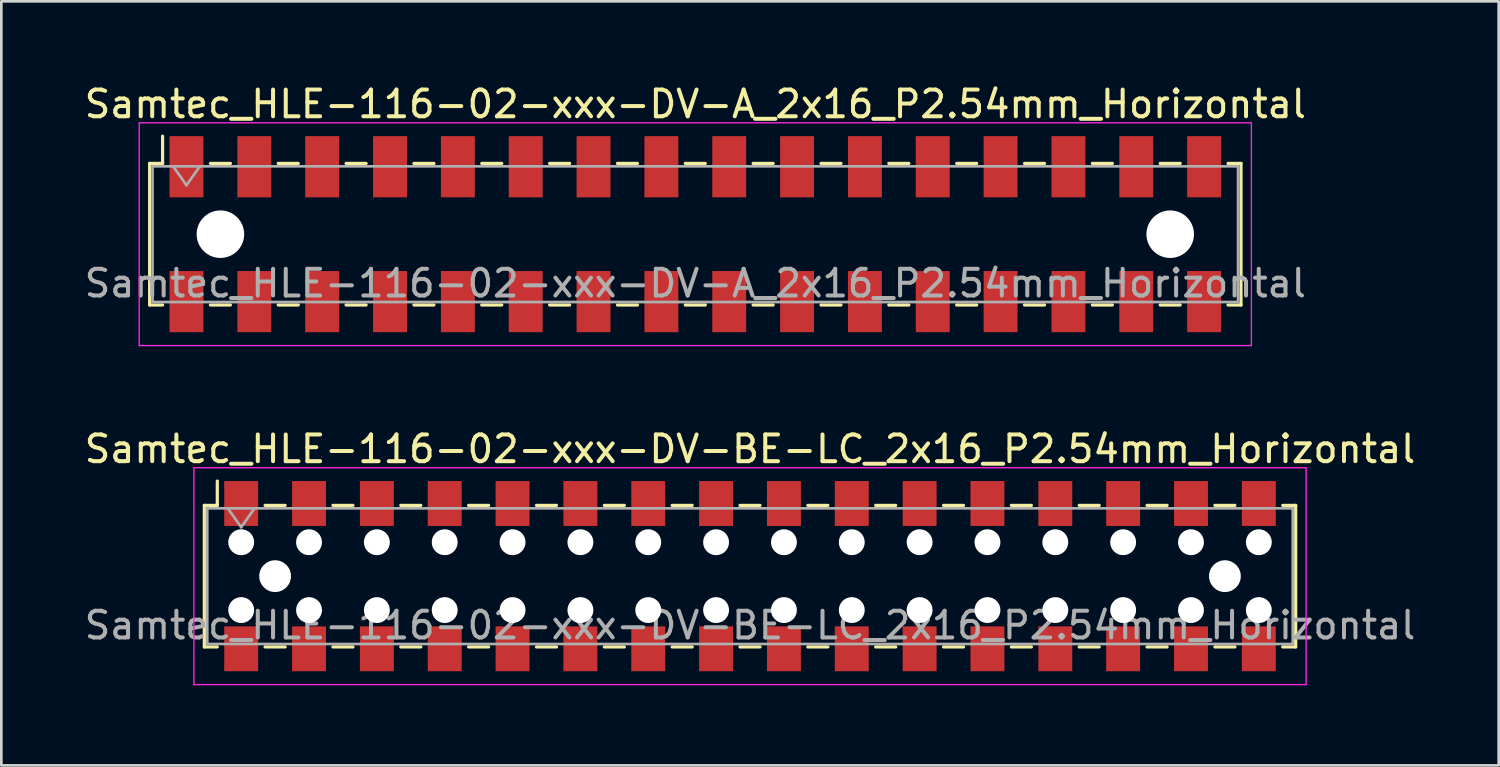
<source format=kicad_pcb>
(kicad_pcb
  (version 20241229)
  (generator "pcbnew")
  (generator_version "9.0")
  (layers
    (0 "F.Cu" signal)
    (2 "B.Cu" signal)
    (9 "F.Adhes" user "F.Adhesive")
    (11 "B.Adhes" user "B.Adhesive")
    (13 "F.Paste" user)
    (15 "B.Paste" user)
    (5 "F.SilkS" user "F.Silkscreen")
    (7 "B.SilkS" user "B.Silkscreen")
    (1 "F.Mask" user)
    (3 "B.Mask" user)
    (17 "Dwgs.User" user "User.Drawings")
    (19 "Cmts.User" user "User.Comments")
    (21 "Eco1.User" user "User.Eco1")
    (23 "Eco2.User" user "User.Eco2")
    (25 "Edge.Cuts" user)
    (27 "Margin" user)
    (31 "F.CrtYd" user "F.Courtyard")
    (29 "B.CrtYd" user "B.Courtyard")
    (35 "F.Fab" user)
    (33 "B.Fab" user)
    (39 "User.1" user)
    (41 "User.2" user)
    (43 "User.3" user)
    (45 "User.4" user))
  (footprint "Samtec_HLE-116-02-xxx-DV-BE-LC_2x16_P2.54mm_Horizontal"
    (layer "F.Cu")
    (at 25.03 18.521)
    (property "Reference" "Samtec_HLE-116-02-xxx-DV-BE-LC_2x16_P2.54mm_Horizontal" (at 0 -4.76 0) (layer "F.SilkS") (effects (font (size 1 1) (thickness 0.15))))
    (attr smd)
    (fp_line (start -20.43 -2.65) (end -20.43 2.65) (stroke (width 0.12) (type solid)) (layer "F.SilkS"))
    (fp_line (start -20.43 2.65) (end -19.945 2.65) (stroke (width 0.12) (type solid)) (layer "F.SilkS"))
    (fp_line (start -19.945 -3.56) (end -19.945 -2.65) (stroke (width 0.12) (type solid)) (layer "F.SilkS"))
    (fp_line (start -19.945 -2.65) (end -20.43 -2.65) (stroke (width 0.12) (type solid)) (layer "F.SilkS"))
    (fp_line (start -18.155 -2.65) (end -17.405 -2.65) (stroke (width 0.12) (type solid)) (layer "F.SilkS"))
    (fp_line (start -18.155 2.65) (end -17.405 2.65) (stroke (width 0.12) (type solid)) (layer "F.SilkS"))
    (fp_line (start -15.615 -2.65) (end -14.865 -2.65) (stroke (width 0.12) (type solid)) (layer "F.SilkS"))
    (fp_line (start -15.615 2.65) (end -14.865 2.65) (stroke (width 0.12) (type solid)) (layer "F.SilkS"))
    (fp_line (start -13.075 -2.65) (end -12.325 -2.65) (stroke (width 0.12) (type solid)) (layer "F.SilkS"))
    (fp_line (start -13.075 2.65) (end -12.325 2.65) (stroke (width 0.12) (type solid)) (layer "F.SilkS"))
    (fp_line (start -10.535 -2.65) (end -9.785 -2.65) (stroke (width 0.12) (type solid)) (layer "F.SilkS"))
    (fp_line (start -10.535 2.65) (end -9.785 2.65) (stroke (width 0.12) (type solid)) (layer "F.SilkS"))
    (fp_line (start -7.995 -2.65) (end -7.245 -2.65) (stroke (width 0.12) (type solid)) (layer "F.SilkS"))
    (fp_line (start -7.995 2.65) (end -7.245 2.65) (stroke (width 0.12) (type solid)) (layer "F.SilkS"))
    (fp_line (start -5.455 -2.65) (end -4.705 -2.65) (stroke (width 0.12) (type solid)) (layer "F.SilkS"))
    (fp_line (start -5.455 2.65) (end -4.705 2.65) (stroke (width 0.12) (type solid)) (layer "F.SilkS"))
    (fp_line (start -2.915 -2.65) (end -2.165 -2.65) (stroke (width 0.12) (type solid)) (layer "F.SilkS"))
    (fp_line (start -2.915 2.65) (end -2.165 2.65) (stroke (width 0.12) (type solid)) (layer "F.SilkS"))
    (fp_line (start -0.375 -2.65) (end 0.375 -2.65) (stroke (width 0.12) (type solid)) (layer "F.SilkS"))
    (fp_line (start -0.375 2.65) (end 0.375 2.65) (stroke (width 0.12) (type solid)) (layer "F.SilkS"))
    (fp_line (start 2.165 -2.65) (end 2.915 -2.65) (stroke (width 0.12) (type solid)) (layer "F.SilkS"))
    (fp_line (start 2.165 2.65) (end 2.915 2.65) (stroke (width 0.12) (type solid)) (layer "F.SilkS"))
    (fp_line (start 4.705 -2.65) (end 5.455 -2.65) (stroke (width 0.12) (type solid)) (layer "F.SilkS"))
    (fp_line (start 4.705 2.65) (end 5.455 2.65) (stroke (width 0.12) (type solid)) (layer "F.SilkS"))
    (fp_line (start 7.245 -2.65) (end 7.995 -2.65) (stroke (width 0.12) (type solid)) (layer "F.SilkS"))
    (fp_line (start 7.245 2.65) (end 7.995 2.65) (stroke (width 0.12) (type solid)) (layer "F.SilkS"))
    (fp_line (start 9.785 -2.65) (end 10.535 -2.65) (stroke (width 0.12) (type solid)) (layer "F.SilkS"))
    (fp_line (start 9.785 2.65) (end 10.535 2.65) (stroke (width 0.12) (type solid)) (layer "F.SilkS"))
    (fp_line (start 12.325 -2.65) (end 13.075 -2.65) (stroke (width 0.12) (type solid)) (layer "F.SilkS"))
    (fp_line (start 12.325 2.65) (end 13.075 2.65) (stroke (width 0.12) (type solid)) (layer "F.SilkS"))
    (fp_line (start 14.865 -2.65) (end 15.615 -2.65) (stroke (width 0.12) (type solid)) (layer "F.SilkS"))
    (fp_line (start 14.865 2.65) (end 15.615 2.65) (stroke (width 0.12) (type solid)) (layer "F.SilkS"))
    (fp_line (start 17.405 -2.65) (end 18.155 -2.65) (stroke (width 0.12) (type solid)) (layer "F.SilkS"))
    (fp_line (start 17.405 2.65) (end 18.155 2.65) (stroke (width 0.12) (type solid)) (layer "F.SilkS"))
    (fp_line (start 19.945 -2.65) (end 20.43 -2.65) (stroke (width 0.12) (type solid)) (layer "F.SilkS"))
    (fp_line (start 20.43 -2.65) (end 20.43 2.65) (stroke (width 0.12) (type solid)) (layer "F.SilkS"))
    (fp_line (start 20.43 2.65) (end 19.945 2.65) (stroke (width 0.12) (type solid)) (layer "F.SilkS"))
    (fp_line (start -20.82 -4.06) (end 20.82 -4.06) (stroke (width 0.05) (type solid)) (layer "F.CrtYd"))
    (fp_line (start -20.82 4.06) (end -20.82 -4.06) (stroke (width 0.05) (type solid)) (layer "F.CrtYd"))
    (fp_line (start 20.82 -4.06) (end 20.82 4.06) (stroke (width 0.05) (type solid)) (layer "F.CrtYd"))
    (fp_line (start 20.82 4.06) (end -20.82 4.06) (stroke (width 0.05) (type solid)) (layer "F.CrtYd"))
    (fp_line (start -20.32 -2.54) (end 20.32 -2.54) (stroke (width 0.1) (type solid)) (layer "F.Fab"))
    (fp_line (start -20.32 2.54) (end -20.32 -2.54) (stroke (width 0.1) (type solid)) (layer "F.Fab"))
    (fp_line (start -19.55 -2.54) (end -19.05 -1.833) (stroke (width 0.1) (type solid)) (layer "F.Fab"))
    (fp_line (start -19.05 -1.833) (end -18.55 -2.54) (stroke (width 0.1) (type solid)) (layer "F.Fab"))
    (fp_line (start 20.32 -2.54) (end 20.32 2.54) (stroke (width 0.1) (type solid)) (layer "F.Fab"))
    (fp_line (start 20.32 2.54) (end -20.32 2.54) (stroke (width 0.1) (type solid)) (layer "F.Fab"))
    (fp_text user "${REFERENCE}" (at 0 1.84 0) (layer "F.Fab") (effects (font (size 1 1) (thickness 0.15))))
    (pad "" np_thru_hole circle (at -19.05 -1.27) (size 0.97 0.97) (drill 0.97) (layers "*.Cu" "*.Mask"))
    (pad "" np_thru_hole circle (at -19.05 1.27) (size 0.97 0.97) (drill 0.97) (layers "*.Cu" "*.Mask"))
    (pad "" np_thru_hole circle (at -17.78 0) (size 1.19 1.19) (drill 1.19) (layers "*.Cu" "*.Mask"))
    (pad "" np_thru_hole circle (at -16.51 -1.27) (size 0.97 0.97) (drill 0.97) (layers "*.Cu" "*.Mask"))
    (pad "" np_thru_hole circle (at -16.51 1.27) (size 0.97 0.97) (drill 0.97) (layers "*.Cu" "*.Mask"))
    (pad "" np_thru_hole circle (at -13.97 -1.27) (size 0.97 0.97) (drill 0.97) (layers "*.Cu" "*.Mask"))
    (pad "" np_thru_hole circle (at -13.97 1.27) (size 0.97 0.97) (drill 0.97) (layers "*.Cu" "*.Mask"))
    (pad "" np_thru_hole circle (at -11.43 -1.27) (size 0.97 0.97) (drill 0.97) (layers "*.Cu" "*.Mask"))
    (pad "" np_thru_hole circle (at -11.43 1.27) (size 0.97 0.97) (drill 0.97) (layers "*.Cu" "*.Mask"))
    (pad "" np_thru_hole circle (at -8.89 -1.27) (size 0.97 0.97) (drill 0.97) (layers "*.Cu" "*.Mask"))
    (pad "" np_thru_hole circle (at -8.89 1.27) (size 0.97 0.97) (drill 0.97) (layers "*.Cu" "*.Mask"))
    (pad "" np_thru_hole circle (at -6.35 -1.27) (size 0.97 0.97) (drill 0.97) (layers "*.Cu" "*.Mask"))
    (pad "" np_thru_hole circle (at -6.35 1.27) (size 0.97 0.97) (drill 0.97) (layers "*.Cu" "*.Mask"))
    (pad "" np_thru_hole circle (at -3.81 -1.27) (size 0.97 0.97) (drill 0.97) (layers "*.Cu" "*.Mask"))
    (pad "" np_thru_hole circle (at -3.81 1.27) (size 0.97 0.97) (drill 0.97) (layers "*.Cu" "*.Mask"))
    (pad "" np_thru_hole circle (at -1.27 -1.27) (size 0.97 0.97) (drill 0.97) (layers "*.Cu" "*.Mask"))
    (pad "" np_thru_hole circle (at -1.27 1.27) (size 0.97 0.97) (drill 0.97) (layers "*.Cu" "*.Mask"))
    (pad "" np_thru_hole circle (at 1.27 -1.27) (size 0.97 0.97) (drill 0.97) (layers "*.Cu" "*.Mask"))
    (pad "" np_thru_hole circle (at 1.27 1.27) (size 0.97 0.97) (drill 0.97) (layers "*.Cu" "*.Mask"))
    (pad "" np_thru_hole circle (at 3.81 -1.27) (size 0.97 0.97) (drill 0.97) (layers "*.Cu" "*.Mask"))
    (pad "" np_thru_hole circle (at 3.81 1.27) (size 0.97 0.97) (drill 0.97) (layers "*.Cu" "*.Mask"))
    (pad "" np_thru_hole circle (at 6.35 -1.27) (size 0.97 0.97) (drill 0.97) (layers "*.Cu" "*.Mask"))
    (pad "" np_thru_hole circle (at 6.35 1.27) (size 0.97 0.97) (drill 0.97) (layers "*.Cu" "*.Mask"))
    (pad "" np_thru_hole circle (at 8.89 -1.27) (size 0.97 0.97) (drill 0.97) (layers "*.Cu" "*.Mask"))
    (pad "" np_thru_hole circle (at 8.89 1.27) (size 0.97 0.97) (drill 0.97) (layers "*.Cu" "*.Mask"))
    (pad "" np_thru_hole circle (at 11.43 -1.27) (size 0.97 0.97) (drill 0.97) (layers "*.Cu" "*.Mask"))
    (pad "" np_thru_hole circle (at 11.43 1.27) (size 0.97 0.97) (drill 0.97) (layers "*.Cu" "*.Mask"))
    (pad "" np_thru_hole circle (at 13.97 -1.27) (size 0.97 0.97) (drill 0.97) (layers "*.Cu" "*.Mask"))
    (pad "" np_thru_hole circle (at 13.97 1.27) (size 0.97 0.97) (drill 0.97) (layers "*.Cu" "*.Mask"))
    (pad "" np_thru_hole circle (at 16.51 -1.27) (size 0.97 0.97) (drill 0.97) (layers "*.Cu" "*.Mask"))
    (pad "" np_thru_hole circle (at 16.51 1.27) (size 0.97 0.97) (drill 0.97) (layers "*.Cu" "*.Mask"))
    (pad "" np_thru_hole circle (at 17.78 0) (size 1.19 1.19) (drill 1.19) (layers "*.Cu" "*.Mask"))
    (pad "" np_thru_hole circle (at 19.05 -1.27) (size 0.97 0.97) (drill 0.97) (layers "*.Cu" "*.Mask"))
    (pad "" np_thru_hole circle (at 19.05 1.27) (size 0.97 0.97) (drill 0.97) (layers "*.Cu" "*.Mask"))
    (pad "1" smd rect (at -19.05 -2.72) (size 1.27 1.68) (layers "F.Cu" "F.Mask" "F.Paste"))
    (pad "2" smd rect (at -19.05 2.72) (size 1.27 1.68) (layers "F.Cu" "F.Mask" "F.Paste"))
    (pad "3" smd rect (at -16.51 -2.72) (size 1.27 1.68) (layers "F.Cu" "F.Mask" "F.Paste"))
    (pad "4" smd rect (at -16.51 2.72) (size 1.27 1.68) (layers "F.Cu" "F.Mask" "F.Paste"))
    (pad "5" smd rect (at -13.97 -2.72) (size 1.27 1.68) (layers "F.Cu" "F.Mask" "F.Paste"))
    (pad "6" smd rect (at -13.97 2.72) (size 1.27 1.68) (layers "F.Cu" "F.Mask" "F.Paste"))
    (pad "7" smd rect (at -11.43 -2.72) (size 1.27 1.68) (layers "F.Cu" "F.Mask" "F.Paste"))
    (pad "8" smd rect (at -11.43 2.72) (size 1.27 1.68) (layers "F.Cu" "F.Mask" "F.Paste"))
    (pad "9" smd rect (at -8.89 -2.72) (size 1.27 1.68) (layers "F.Cu" "F.Mask" "F.Paste"))
    (pad "10" smd rect (at -8.89 2.72) (size 1.27 1.68) (layers "F.Cu" "F.Mask" "F.Paste"))
    (pad "11" smd rect (at -6.35 -2.72) (size 1.27 1.68) (layers "F.Cu" "F.Mask" "F.Paste"))
    (pad "12" smd rect (at -6.35 2.72) (size 1.27 1.68) (layers "F.Cu" "F.Mask" "F.Paste"))
    (pad "13" smd rect (at -3.81 -2.72) (size 1.27 1.68) (layers "F.Cu" "F.Mask" "F.Paste"))
    (pad "14" smd rect (at -3.81 2.72) (size 1.27 1.68) (layers "F.Cu" "F.Mask" "F.Paste"))
    (pad "15" smd rect (at -1.27 -2.72) (size 1.27 1.68) (layers "F.Cu" "F.Mask" "F.Paste"))
    (pad "16" smd rect (at -1.27 2.72) (size 1.27 1.68) (layers "F.Cu" "F.Mask" "F.Paste"))
    (pad "17" smd rect (at 1.27 -2.72) (size 1.27 1.68) (layers "F.Cu" "F.Mask" "F.Paste"))
    (pad "18" smd rect (at 1.27 2.72) (size 1.27 1.68) (layers "F.Cu" "F.Mask" "F.Paste"))
    (pad "19" smd rect (at 3.81 -2.72) (size 1.27 1.68) (layers "F.Cu" "F.Mask" "F.Paste"))
    (pad "20" smd rect (at 3.81 2.72) (size 1.27 1.68) (layers "F.Cu" "F.Mask" "F.Paste"))
    (pad "21" smd rect (at 6.35 -2.72) (size 1.27 1.68) (layers "F.Cu" "F.Mask" "F.Paste"))
    (pad "22" smd rect (at 6.35 2.72) (size 1.27 1.68) (layers "F.Cu" "F.Mask" "F.Paste"))
    (pad "23" smd rect (at 8.89 -2.72) (size 1.27 1.68) (layers "F.Cu" "F.Mask" "F.Paste"))
    (pad "24" smd rect (at 8.89 2.72) (size 1.27 1.68) (layers "F.Cu" "F.Mask" "F.Paste"))
    (pad "25" smd rect (at 11.43 -2.72) (size 1.27 1.68) (layers "F.Cu" "F.Mask" "F.Paste"))
    (pad "26" smd rect (at 11.43 2.72) (size 1.27 1.68) (layers "F.Cu" "F.Mask" "F.Paste"))
    (pad "27" smd rect (at 13.97 -2.72) (size 1.27 1.68) (layers "F.Cu" "F.Mask" "F.Paste"))
    (pad "28" smd rect (at 13.97 2.72) (size 1.27 1.68) (layers "F.Cu" "F.Mask" "F.Paste"))
    (pad "29" smd rect (at 16.51 -2.72) (size 1.27 1.68) (layers "F.Cu" "F.Mask" "F.Paste"))
    (pad "30" smd rect (at 16.51 2.72) (size 1.27 1.68) (layers "F.Cu" "F.Mask" "F.Paste"))
    (pad "31" smd rect (at 19.05 -2.72) (size 1.27 1.68) (layers "F.Cu" "F.Mask" "F.Paste"))
    (pad "32" smd rect (at 19.05 2.72) (size 1.27 1.68) (layers "F.Cu" "F.Mask" "F.Paste")))
  (footprint "Samtec_HLE-116-02-xxx-DV-A_2x16_P2.54mm_Horizontal"
    (layer "F.Cu")
    (at 22.982 5.718)
    (property "Reference" "Samtec_HLE-116-02-xxx-DV-A_2x16_P2.54mm_Horizontal" (at 0 -4.87 0) (layer "F.SilkS") (effects (font (size 1 1) (thickness 0.15))))
    (attr smd)
    (fp_line (start -20.43 -2.65) (end -20.43 2.65) (stroke (width 0.12) (type solid)) (layer "F.SilkS"))
    (fp_line (start -20.43 2.65) (end -19.945 2.65) (stroke (width 0.12) (type solid)) (layer "F.SilkS"))
    (fp_line (start -19.945 -3.67) (end -19.945 -2.65) (stroke (width 0.12) (type solid)) (layer "F.SilkS"))
    (fp_line (start -19.945 -2.65) (end -20.43 -2.65) (stroke (width 0.12) (type solid)) (layer "F.SilkS"))
    (fp_line (start -18.155 -2.65) (end -17.405 -2.65) (stroke (width 0.12) (type solid)) (layer "F.SilkS"))
    (fp_line (start -18.155 2.65) (end -17.405 2.65) (stroke (width 0.12) (type solid)) (layer "F.SilkS"))
    (fp_line (start -15.615 -2.65) (end -14.865 -2.65) (stroke (width 0.12) (type solid)) (layer "F.SilkS"))
    (fp_line (start -15.615 2.65) (end -14.865 2.65) (stroke (width 0.12) (type solid)) (layer "F.SilkS"))
    (fp_line (start -13.075 -2.65) (end -12.325 -2.65) (stroke (width 0.12) (type solid)) (layer "F.SilkS"))
    (fp_line (start -13.075 2.65) (end -12.325 2.65) (stroke (width 0.12) (type solid)) (layer "F.SilkS"))
    (fp_line (start -10.535 -2.65) (end -9.785 -2.65) (stroke (width 0.12) (type solid)) (layer "F.SilkS"))
    (fp_line (start -10.535 2.65) (end -9.785 2.65) (stroke (width 0.12) (type solid)) (layer "F.SilkS"))
    (fp_line (start -7.995 -2.65) (end -7.245 -2.65) (stroke (width 0.12) (type solid)) (layer "F.SilkS"))
    (fp_line (start -7.995 2.65) (end -7.245 2.65) (stroke (width 0.12) (type solid)) (layer "F.SilkS"))
    (fp_line (start -5.455 -2.65) (end -4.705 -2.65) (stroke (width 0.12) (type solid)) (layer "F.SilkS"))
    (fp_line (start -5.455 2.65) (end -4.705 2.65) (stroke (width 0.12) (type solid)) (layer "F.SilkS"))
    (fp_line (start -2.915 -2.65) (end -2.165 -2.65) (stroke (width 0.12) (type solid)) (layer "F.SilkS"))
    (fp_line (start -2.915 2.65) (end -2.165 2.65) (stroke (width 0.12) (type solid)) (layer "F.SilkS"))
    (fp_line (start -0.375 -2.65) (end 0.375 -2.65) (stroke (width 0.12) (type solid)) (layer "F.SilkS"))
    (fp_line (start -0.375 2.65) (end 0.375 2.65) (stroke (width 0.12) (type solid)) (layer "F.SilkS"))
    (fp_line (start 2.165 -2.65) (end 2.915 -2.65) (stroke (width 0.12) (type solid)) (layer "F.SilkS"))
    (fp_line (start 2.165 2.65) (end 2.915 2.65) (stroke (width 0.12) (type solid)) (layer "F.SilkS"))
    (fp_line (start 4.705 -2.65) (end 5.455 -2.65) (stroke (width 0.12) (type solid)) (layer "F.SilkS"))
    (fp_line (start 4.705 2.65) (end 5.455 2.65) (stroke (width 0.12) (type solid)) (layer "F.SilkS"))
    (fp_line (start 7.245 -2.65) (end 7.995 -2.65) (stroke (width 0.12) (type solid)) (layer "F.SilkS"))
    (fp_line (start 7.245 2.65) (end 7.995 2.65) (stroke (width 0.12) (type solid)) (layer "F.SilkS"))
    (fp_line (start 9.785 -2.65) (end 10.535 -2.65) (stroke (width 0.12) (type solid)) (layer "F.SilkS"))
    (fp_line (start 9.785 2.65) (end 10.535 2.65) (stroke (width 0.12) (type solid)) (layer "F.SilkS"))
    (fp_line (start 12.325 -2.65) (end 13.075 -2.65) (stroke (width 0.12) (type solid)) (layer "F.SilkS"))
    (fp_line (start 12.325 2.65) (end 13.075 2.65) (stroke (width 0.12) (type solid)) (layer "F.SilkS"))
    (fp_line (start 14.865 -2.65) (end 15.615 -2.65) (stroke (width 0.12) (type solid)) (layer "F.SilkS"))
    (fp_line (start 14.865 2.65) (end 15.615 2.65) (stroke (width 0.12) (type solid)) (layer "F.SilkS"))
    (fp_line (start 17.405 -2.65) (end 18.155 -2.65) (stroke (width 0.12) (type solid)) (layer "F.SilkS"))
    (fp_line (start 17.405 2.65) (end 18.155 2.65) (stroke (width 0.12) (type solid)) (layer "F.SilkS"))
    (fp_line (start 19.945 -2.65) (end 20.43 -2.65) (stroke (width 0.12) (type solid)) (layer "F.SilkS"))
    (fp_line (start 20.43 -2.65) (end 20.43 2.65) (stroke (width 0.12) (type solid)) (layer "F.SilkS"))
    (fp_line (start 20.43 2.65) (end 19.945 2.65) (stroke (width 0.12) (type solid)) (layer "F.SilkS"))
    (fp_line (start -20.82 -4.17) (end 20.82 -4.17) (stroke (width 0.05) (type solid)) (layer "F.CrtYd"))
    (fp_line (start -20.82 4.17) (end -20.82 -4.17) (stroke (width 0.05) (type solid)) (layer "F.CrtYd"))
    (fp_line (start 20.82 -4.17) (end 20.82 4.17) (stroke (width 0.05) (type solid)) (layer "F.CrtYd"))
    (fp_line (start 20.82 4.17) (end -20.82 4.17) (stroke (width 0.05) (type solid)) (layer "F.CrtYd"))
    (fp_line (start -20.32 -2.54) (end 20.32 -2.54) (stroke (width 0.1) (type solid)) (layer "F.Fab"))
    (fp_line (start -20.32 2.54) (end -20.32 -2.54) (stroke (width 0.1) (type solid)) (layer "F.Fab"))
    (fp_line (start -19.55 -2.54) (end -19.05 -1.833) (stroke (width 0.1) (type solid)) (layer "F.Fab"))
    (fp_line (start -19.05 -1.833) (end -18.55 -2.54) (stroke (width 0.1) (type solid)) (layer "F.Fab"))
    (fp_line (start 20.32 -2.54) (end 20.32 2.54) (stroke (width 0.1) (type solid)) (layer "F.Fab"))
    (fp_line (start 20.32 2.54) (end -20.32 2.54) (stroke (width 0.1) (type solid)) (layer "F.Fab"))
    (fp_text user "${REFERENCE}" (at 0 1.84 0) (layer "F.Fab") (effects (font (size 1 1) (thickness 0.15))))
    (pad "" np_thru_hole circle (at -17.78 0) (size 1.78 1.78) (drill 1.78) (layers "*.Cu" "*.Mask"))
    (pad "" np_thru_hole circle (at 17.78 0) (size 1.78 1.78) (drill 1.78) (layers "*.Cu" "*.Mask"))
    (pad "1" smd rect (at -19.05 -2.525) (size 1.27 2.29) (layers "F.Cu" "F.Mask" "F.Paste"))
    (pad "2" smd rect (at -19.05 2.525) (size 1.27 2.29) (layers "F.Cu" "F.Mask" "F.Paste"))
    (pad "3" smd rect (at -16.51 -2.525) (size 1.27 2.29) (layers "F.Cu" "F.Mask" "F.Paste"))
    (pad "4" smd rect (at -16.51 2.525) (size 1.27 2.29) (layers "F.Cu" "F.Mask" "F.Paste"))
    (pad "5" smd rect (at -13.97 -2.525) (size 1.27 2.29) (layers "F.Cu" "F.Mask" "F.Paste"))
    (pad "6" smd rect (at -13.97 2.525) (size 1.27 2.29) (layers "F.Cu" "F.Mask" "F.Paste"))
    (pad "7" smd rect (at -11.43 -2.525) (size 1.27 2.29) (layers "F.Cu" "F.Mask" "F.Paste"))
    (pad "8" smd rect (at -11.43 2.525) (size 1.27 2.29) (layers "F.Cu" "F.Mask" "F.Paste"))
    (pad "9" smd rect (at -8.89 -2.525) (size 1.27 2.29) (layers "F.Cu" "F.Mask" "F.Paste"))
    (pad "10" smd rect (at -8.89 2.525) (size 1.27 2.29) (layers "F.Cu" "F.Mask" "F.Paste"))
    (pad "11" smd rect (at -6.35 -2.525) (size 1.27 2.29) (layers "F.Cu" "F.Mask" "F.Paste"))
    (pad "12" smd rect (at -6.35 2.525) (size 1.27 2.29) (layers "F.Cu" "F.Mask" "F.Paste"))
    (pad "13" smd rect (at -3.81 -2.525) (size 1.27 2.29) (layers "F.Cu" "F.Mask" "F.Paste"))
    (pad "14" smd rect (at -3.81 2.525) (size 1.27 2.29) (layers "F.Cu" "F.Mask" "F.Paste"))
    (pad "15" smd rect (at -1.27 -2.525) (size 1.27 2.29) (layers "F.Cu" "F.Mask" "F.Paste"))
    (pad "16" smd rect (at -1.27 2.525) (size 1.27 2.29) (layers "F.Cu" "F.Mask" "F.Paste"))
    (pad "17" smd rect (at 1.27 -2.525) (size 1.27 2.29) (layers "F.Cu" "F.Mask" "F.Paste"))
    (pad "18" smd rect (at 1.27 2.525) (size 1.27 2.29) (layers "F.Cu" "F.Mask" "F.Paste"))
    (pad "19" smd rect (at 3.81 -2.525) (size 1.27 2.29) (layers "F.Cu" "F.Mask" "F.Paste"))
    (pad "20" smd rect (at 3.81 2.525) (size 1.27 2.29) (layers "F.Cu" "F.Mask" "F.Paste"))
    (pad "21" smd rect (at 6.35 -2.525) (size 1.27 2.29) (layers "F.Cu" "F.Mask" "F.Paste"))
    (pad "22" smd rect (at 6.35 2.525) (size 1.27 2.29) (layers "F.Cu" "F.Mask" "F.Paste"))
    (pad "23" smd rect (at 8.89 -2.525) (size 1.27 2.29) (layers "F.Cu" "F.Mask" "F.Paste"))
    (pad "24" smd rect (at 8.89 2.525) (size 1.27 2.29) (layers "F.Cu" "F.Mask" "F.Paste"))
    (pad "25" smd rect (at 11.43 -2.525) (size 1.27 2.29) (layers "F.Cu" "F.Mask" "F.Paste"))
    (pad "26" smd rect (at 11.43 2.525) (size 1.27 2.29) (layers "F.Cu" "F.Mask" "F.Paste"))
    (pad "27" smd rect (at 13.97 -2.525) (size 1.27 2.29) (layers "F.Cu" "F.Mask" "F.Paste"))
    (pad "28" smd rect (at 13.97 2.525) (size 1.27 2.29) (layers "F.Cu" "F.Mask" "F.Paste"))
    (pad "29" smd rect (at 16.51 -2.525) (size 1.27 2.29) (layers "F.Cu" "F.Mask" "F.Paste"))
    (pad "30" smd rect (at 16.51 2.525) (size 1.27 2.29) (layers "F.Cu" "F.Mask" "F.Paste"))
    (pad "31" smd rect (at 19.05 -2.525) (size 1.27 2.29) (layers "F.Cu" "F.Mask" "F.Paste"))
    (pad "32" smd rect (at 19.05 2.525) (size 1.27 2.29) (layers "F.Cu" "F.Mask" "F.Paste")))
  (gr_rect
    (start -3 -3)
    (end 53.06 25.607)
    (stroke (width 0.1) (type default))
    (fill no)
    (layer "Edge.Cuts")))
</source>
